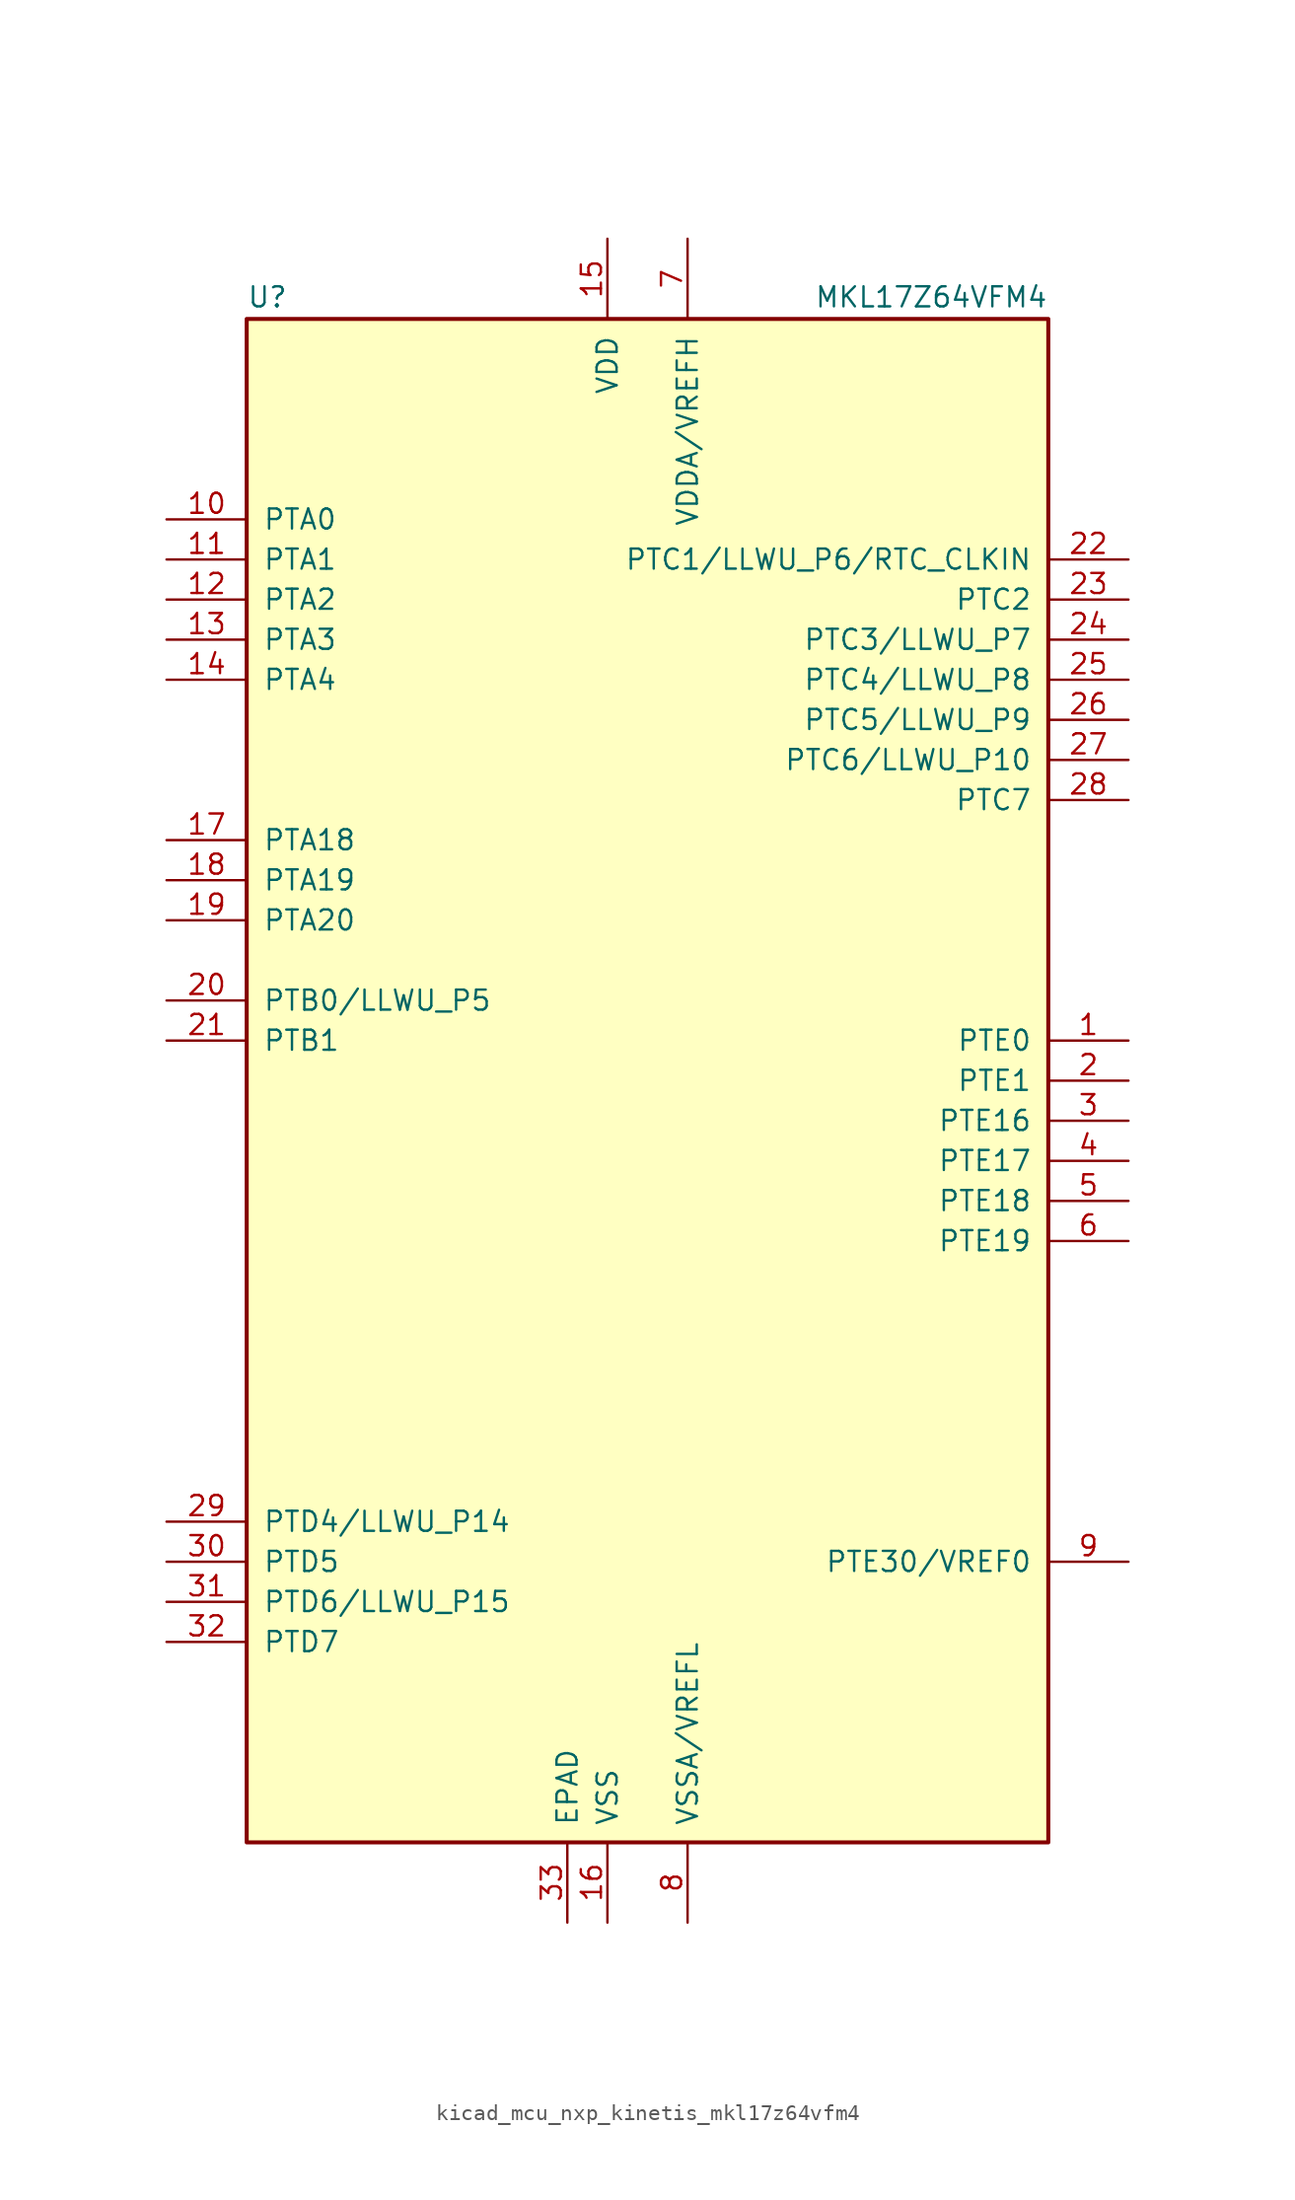
<source format=kicad_sym>
(kicad_symbol_lib
  (version 20220914)
  (generator kicad_symbol_editor)
  (symbol "kicad_mcu_nxp_kinetis_mkl17z64vfm4"
    (pin_names
      (offset 1.016))
    (property "Reference" "U"
      (at -25.4 48.895 0)
      (effects (font (size 1.27 1.27)) (justify left bottom)))
    (property "Value" "MKL17Z64VFM4"
      (at 25.4 48.895 0)
      (effects (font (size 1.27 1.27)) (justify right bottom)))
    (symbol "kicad_mcu_nxp_kinetis_mkl17z64vfm4_0_1"
      (rectangle (start -25.4 48.26) (end 25.4 -48.26) (stroke (width 0.254) (type default)) (fill (type background))))
    (symbol "kicad_mcu_nxp_kinetis_mkl17z64vfm4_1_1"
      (pin bidirectional line (at 30.48 2.54 180) (length 5.08) (name "PTE0" (effects (font (size 1.27 1.27)))) (number "1" (effects (font (size 1.27 1.27)))))
      (pin bidirectional line (at -30.48 35.56 0) (length 5.08) (name "PTA0" (effects (font (size 1.27 1.27)))) (number "10" (effects (font (size 1.27 1.27)))))
      (pin bidirectional line (at -30.48 33.02 0) (length 5.08) (name "PTA1" (effects (font (size 1.27 1.27)))) (number "11" (effects (font (size 1.27 1.27)))))
      (pin bidirectional line (at -30.48 30.48 0) (length 5.08) (name "PTA2" (effects (font (size 1.27 1.27)))) (number "12" (effects (font (size 1.27 1.27)))))
      (pin bidirectional line (at -30.48 27.94 0) (length 5.08) (name "PTA3" (effects (font (size 1.27 1.27)))) (number "13" (effects (font (size 1.27 1.27)))))
      (pin bidirectional line (at -30.48 25.4 0) (length 5.08) (name "PTA4" (effects (font (size 1.27 1.27)))) (number "14" (effects (font (size 1.27 1.27)))))
      (pin power_in line (at -2.54 53.34 270) (length 5.08) (name "VDD" (effects (font (size 1.27 1.27)))) (number "15" (effects (font (size 1.27 1.27)))))
      (pin power_in line (at -2.54 -53.34 90) (length 5.08) (name "VSS" (effects (font (size 1.27 1.27)))) (number "16" (effects (font (size 1.27 1.27)))))
      (pin bidirectional line (at -30.48 15.24 0) (length 5.08) (name "PTA18" (effects (font (size 1.27 1.27)))) (number "17" (effects (font (size 1.27 1.27)))))
      (pin bidirectional line (at -30.48 12.7 0) (length 5.08) (name "PTA19" (effects (font (size 1.27 1.27)))) (number "18" (effects (font (size 1.27 1.27)))))
      (pin bidirectional line (at -30.48 10.16 0) (length 5.08) (name "PTA20" (effects (font (size 1.27 1.27)))) (number "19" (effects (font (size 1.27 1.27)))))
      (pin bidirectional line (at 30.48 0 180) (length 5.08) (name "PTE1" (effects (font (size 1.27 1.27)))) (number "2" (effects (font (size 1.27 1.27)))))
      (pin bidirectional line (at -30.48 5.08 0) (length 5.08) (name "PTB0/LLWU_P5" (effects (font (size 1.27 1.27)))) (number "20" (effects (font (size 1.27 1.27)))))
      (pin bidirectional line (at -30.48 2.54 0) (length 5.08) (name "PTB1" (effects (font (size 1.27 1.27)))) (number "21" (effects (font (size 1.27 1.27)))))
      (pin bidirectional line (at 30.48 33.02 180) (length 5.08) (name "PTC1/LLWU_P6/RTC_CLKIN" (effects (font (size 1.27 1.27)))) (number "22" (effects (font (size 1.27 1.27)))))
      (pin bidirectional line (at 30.48 30.48 180) (length 5.08) (name "PTC2" (effects (font (size 1.27 1.27)))) (number "23" (effects (font (size 1.27 1.27)))))
      (pin bidirectional line (at 30.48 27.94 180) (length 5.08) (name "PTC3/LLWU_P7" (effects (font (size 1.27 1.27)))) (number "24" (effects (font (size 1.27 1.27)))))
      (pin bidirectional line (at 30.48 25.4 180) (length 5.08) (name "PTC4/LLWU_P8" (effects (font (size 1.27 1.27)))) (number "25" (effects (font (size 1.27 1.27)))))
      (pin bidirectional line (at 30.48 22.86 180) (length 5.08) (name "PTC5/LLWU_P9" (effects (font (size 1.27 1.27)))) (number "26" (effects (font (size 1.27 1.27)))))
      (pin bidirectional line (at 30.48 20.32 180) (length 5.08) (name "PTC6/LLWU_P10" (effects (font (size 1.27 1.27)))) (number "27" (effects (font (size 1.27 1.27)))))
      (pin bidirectional line (at 30.48 17.78 180) (length 5.08) (name "PTC7" (effects (font (size 1.27 1.27)))) (number "28" (effects (font (size 1.27 1.27)))))
      (pin bidirectional line (at -30.48 -27.94 0) (length 5.08) (name "PTD4/LLWU_P14" (effects (font (size 1.27 1.27)))) (number "29" (effects (font (size 1.27 1.27)))))
      (pin bidirectional line (at 30.48 -2.54 180) (length 5.08) (name "PTE16" (effects (font (size 1.27 1.27)))) (number "3" (effects (font (size 1.27 1.27)))))
      (pin bidirectional line (at -30.48 -30.48 0) (length 5.08) (name "PTD5" (effects (font (size 1.27 1.27)))) (number "30" (effects (font (size 1.27 1.27)))))
      (pin bidirectional line (at -30.48 -33.02 0) (length 5.08) (name "PTD6/LLWU_P15" (effects (font (size 1.27 1.27)))) (number "31" (effects (font (size 1.27 1.27)))))
      (pin bidirectional line (at -30.48 -35.56 0) (length 5.08) (name "PTD7" (effects (font (size 1.27 1.27)))) (number "32" (effects (font (size 1.27 1.27)))))
      (pin power_in line (at -5.08 -53.34 90) (length 5.08) (name "EPAD" (effects (font (size 1.27 1.27)))) (number "33" (effects (font (size 1.27 1.27)))))
      (pin bidirectional line (at 30.48 -5.08 180) (length 5.08) (name "PTE17" (effects (font (size 1.27 1.27)))) (number "4" (effects (font (size 1.27 1.27)))))
      (pin bidirectional line (at 30.48 -7.62 180) (length 5.08) (name "PTE18" (effects (font (size 1.27 1.27)))) (number "5" (effects (font (size 1.27 1.27)))))
      (pin bidirectional line (at 30.48 -10.16 180) (length 5.08) (name "PTE19" (effects (font (size 1.27 1.27)))) (number "6" (effects (font (size 1.27 1.27)))))
      (pin power_in line (at 2.54 53.34 270) (length 5.08) (name "VDDA/VREFH" (effects (font (size 1.27 1.27)))) (number "7" (effects (font (size 1.27 1.27)))))
      (pin power_in line (at 2.54 -53.34 90) (length 5.08) (name "VSSA/VREFL" (effects (font (size 1.27 1.27)))) (number "8" (effects (font (size 1.27 1.27)))))
      (pin bidirectional line (at 30.48 -30.48 180) (length 5.08) (name "PTE30/VREF0" (effects (font (size 1.27 1.27)))) (number "9" (effects (font (size 1.27 1.27))))))))
</source>
